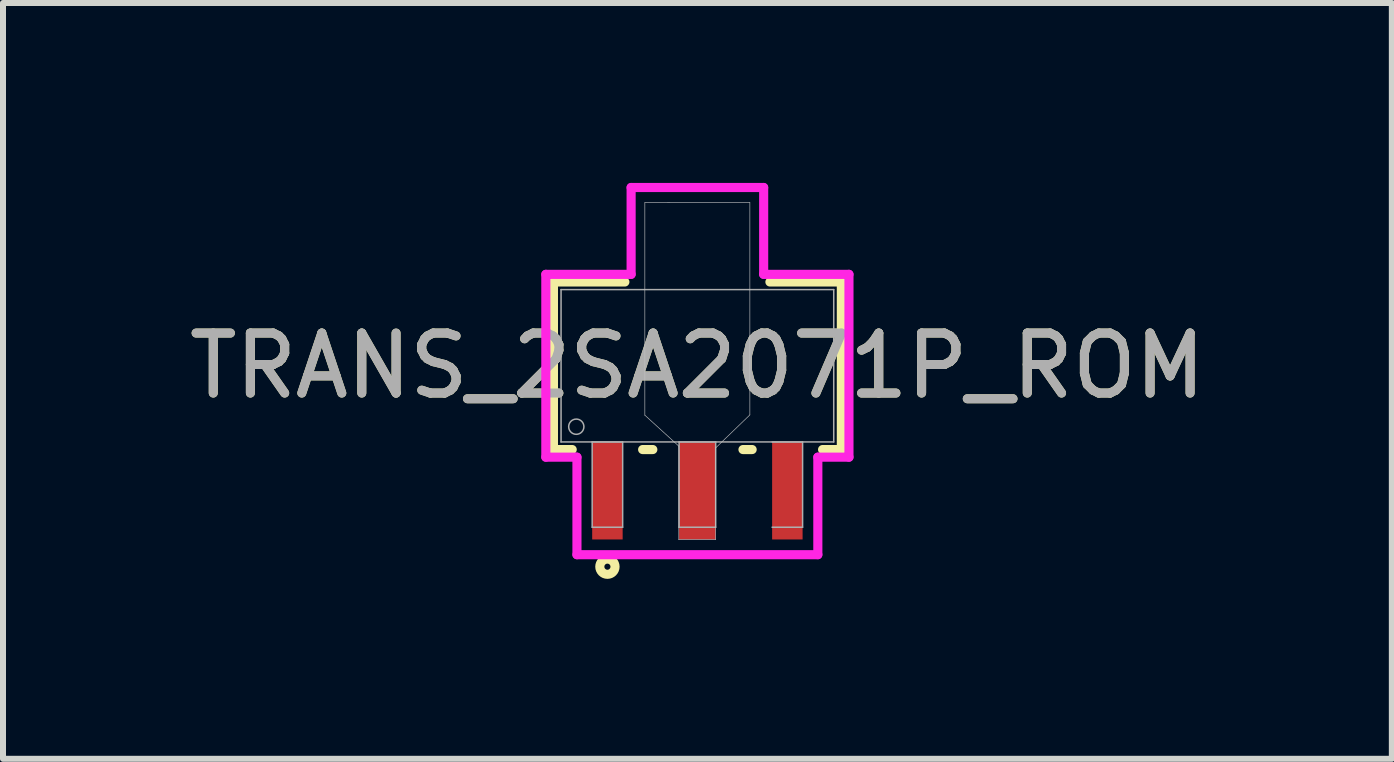
<source format=kicad_pcb>
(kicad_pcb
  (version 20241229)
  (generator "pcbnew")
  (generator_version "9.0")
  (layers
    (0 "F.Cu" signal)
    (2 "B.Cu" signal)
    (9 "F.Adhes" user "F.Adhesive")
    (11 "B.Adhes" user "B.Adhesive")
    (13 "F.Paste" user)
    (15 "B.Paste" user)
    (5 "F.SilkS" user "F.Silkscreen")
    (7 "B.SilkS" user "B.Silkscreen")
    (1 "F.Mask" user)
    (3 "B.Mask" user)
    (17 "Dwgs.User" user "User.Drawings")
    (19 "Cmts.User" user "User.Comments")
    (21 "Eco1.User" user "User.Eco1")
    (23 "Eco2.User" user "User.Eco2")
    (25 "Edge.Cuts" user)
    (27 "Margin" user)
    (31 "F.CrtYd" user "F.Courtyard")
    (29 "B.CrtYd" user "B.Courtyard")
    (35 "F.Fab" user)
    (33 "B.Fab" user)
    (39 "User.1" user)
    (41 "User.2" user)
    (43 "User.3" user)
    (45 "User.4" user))
  (footprint "TRANS_2SA2071P_ROM"
    (layer "F.Cu")
    (at 8.577 3.048)
    (property "Reference" "TRANS_2SA2071P_ROM" (at 0 0 0) (unlocked yes) (layer "F.SilkS") (effects (font (size 1 1) (thickness 0.15))))
    (attr smd)
    (fp_poly (pts (xy -0.305 1.27) (xy -0.305 1.346) (xy -0.851 0.8) (xy -0.851 -2.565) (xy 0.851 -2.565) (xy 0.851 0.8) (xy 0.305 1.346) (xy 0.305 1.27)) (stroke (width 0) (type solid)) (fill yes) (layer "F.Mask"))
    (fp_line (start -2.4 -1.397) (end -2.4 1.397) (stroke (width 0.152) (type solid)) (layer "F.SilkS"))
    (fp_line (start -2.4 1.397) (end -2.087 1.397) (stroke (width 0.152) (type solid)) (layer "F.SilkS"))
    (fp_line (start -1.209 -1.397) (end -2.4 -1.397) (stroke (width 0.152) (type solid)) (layer "F.SilkS"))
    (fp_line (start -0.913 1.397) (end -0.743 1.397) (stroke (width 0.152) (type solid)) (layer "F.SilkS"))
    (fp_line (start 0.76 1.397) (end 0.913 1.397) (stroke (width 0.152) (type solid)) (layer "F.SilkS"))
    (fp_line (start 2.087 1.397) (end 2.4 1.397) (stroke (width 0.152) (type solid)) (layer "F.SilkS"))
    (fp_line (start 2.4 -1.397) (end 1.209 -1.397) (stroke (width 0.152) (type solid)) (layer "F.SilkS"))
    (fp_line (start 2.4 1.397) (end 2.4 -1.397) (stroke (width 0.152) (type solid)) (layer "F.SilkS"))
    (fp_circle (center -1.5 3.35) (end -1.373 3.35) (stroke (width 0.152) (type solid)) (fill no) (layer "F.SilkS"))
    (fp_poly (pts (xy -0.305 1.27) (xy -0.305 1.346) (xy -0.851 0.8) (xy -0.851 -2.565) (xy 0.851 -2.565) (xy 0.851 0.8) (xy 0.305 1.346) (xy 0.305 1.27)) (stroke (width 0) (type solid)) (fill yes) (layer "F.Paste"))
    (fp_line (start -0.876 0.824) (end -0.876 -2.72) (stroke (width 0.01) (type solid)) (layer "Dwgs.User"))
    (fp_line (start -0.31 1.34) (end -0.876 0.824) (stroke (width 0.01) (type solid)) (layer "Dwgs.User"))
    (fp_line (start -0.31 2.9) (end -0.31 1.34) (stroke (width 0.01) (type solid)) (layer "Dwgs.User"))
    (fp_line (start 0.305 1.369) (end 0.305 2.9) (stroke (width 0.01) (type solid)) (layer "Dwgs.User"))
    (fp_line (start 0.305 1.369) (end 0.875 0.819) (stroke (width 0.01) (type solid)) (layer "Dwgs.User"))
    (fp_line (start 0.305 2.9) (end -0.31 2.9) (stroke (width 0.01) (type solid)) (layer "Dwgs.User"))
    (fp_line (start 0.875 -2.721) (end -0.876 -2.72) (stroke (width 0.01) (type solid)) (layer "Dwgs.User"))
    (fp_line (start 0.875 0.819) (end 0.875 -2.721) (stroke (width 0.01) (type solid)) (layer "Dwgs.User"))
    (fp_line (start -2.527 -1.524) (end -1.105 -1.524) (stroke (width 0.152) (type solid)) (layer "F.CrtYd"))
    (fp_line (start -2.527 1.524) (end -2.527 -1.524) (stroke (width 0.152) (type solid)) (layer "F.CrtYd"))
    (fp_line (start -2.008 1.524) (end -2.527 1.524) (stroke (width 0.152) (type solid)) (layer "F.CrtYd"))
    (fp_line (start -2.008 3.15) (end -2.008 1.524) (stroke (width 0.152) (type solid)) (layer "F.CrtYd"))
    (fp_line (start -1.105 -2.972) (end 1.105 -2.972) (stroke (width 0.152) (type solid)) (layer "F.CrtYd"))
    (fp_line (start -1.105 -1.524) (end -1.105 -2.972) (stroke (width 0.152) (type solid)) (layer "F.CrtYd"))
    (fp_line (start 1.105 -2.972) (end 1.105 -1.524) (stroke (width 0.152) (type solid)) (layer "F.CrtYd"))
    (fp_line (start 1.105 -1.524) (end 2.527 -1.524) (stroke (width 0.152) (type solid)) (layer "F.CrtYd"))
    (fp_line (start 2.008 1.524) (end 2.008 3.15) (stroke (width 0.152) (type solid)) (layer "F.CrtYd"))
    (fp_line (start 2.008 3.15) (end -2.008 3.15) (stroke (width 0.152) (type solid)) (layer "F.CrtYd"))
    (fp_line (start 2.527 -1.524) (end 2.527 1.524) (stroke (width 0.152) (type solid)) (layer "F.CrtYd"))
    (fp_line (start 2.527 1.524) (end 2.008 1.524) (stroke (width 0.152) (type solid)) (layer "F.CrtYd"))
    (fp_line (start -2.273 -1.27) (end -2.273 1.27) (stroke (width 0.025) (type solid)) (layer "F.Fab"))
    (fp_line (start -2.273 1.27) (end 2.273 1.27) (stroke (width 0.025) (type solid)) (layer "F.Fab"))
    (fp_line (start -1.754 1.27) (end -1.754 2.692) (stroke (width 0.025) (type solid)) (layer "F.Fab"))
    (fp_line (start -1.754 2.692) (end -1.246 2.692) (stroke (width 0.025) (type solid)) (layer "F.Fab"))
    (fp_line (start -1.246 1.27) (end -1.754 1.27) (stroke (width 0.025) (type solid)) (layer "F.Fab"))
    (fp_line (start -1.246 2.692) (end -1.246 1.27) (stroke (width 0.025) (type solid)) (layer "F.Fab"))
    (fp_line (start -0.305 1.27) (end -0.305 2.692) (stroke (width 0.025) (type solid)) (layer "F.Fab"))
    (fp_line (start -0.305 2.692) (end 0.305 2.692) (stroke (width 0.025) (type solid)) (layer "F.Fab"))
    (fp_line (start 0.305 1.27) (end -0.305 1.27) (stroke (width 0.025) (type solid)) (layer "F.Fab"))
    (fp_line (start 0.305 2.692) (end 0.305 1.27) (stroke (width 0.025) (type solid)) (layer "F.Fab"))
    (fp_line (start 1.246 2.692) (end 1.754 2.692) (stroke (width 0.025) (type solid)) (layer "F.Fab"))
    (fp_line (start 1.754 1.27) (end 1.246 1.27) (stroke (width 0.025) (type solid)) (layer "F.Fab"))
    (fp_line (start 1.754 2.692) (end 1.754 1.27) (stroke (width 0.025) (type solid)) (layer "F.Fab"))
    (fp_line (start 2.273 -1.27) (end -2.273 -1.27) (stroke (width 0.025) (type solid)) (layer "F.Fab"))
    (fp_line (start 2.273 1.27) (end 2.273 -1.27) (stroke (width 0.025) (type solid)) (layer "F.Fab"))
    (fp_circle (center -2.019 1.016) (end -1.892 1.016) (stroke (width 0.025) (type solid)) (fill no) (layer "F.Fab"))
    (fp_text user "${REFERENCE}" (at 0 0 0) (unlocked yes) (layer "F.Fab") (effects (font (size 1 1) (thickness 0.15))))
    (pad "1" smd rect (at -1.5 2.083) (size 0.508 1.626) (layers "F.Cu" "F.Mask" "F.Paste"))
    (pad "2" smd rect (at 0 2.083) (size 0.61 1.626) (layers "F.Cu" "F.Mask" "F.Paste"))
    (pad "3" smd rect (at 1.5 2.083) (size 0.508 1.626) (layers "F.Cu" "F.Mask" "F.Paste")))
  (gr_rect
    (start -3 -3)
    (end 20.155 9.601)
    (stroke (width 0.1) (type default))
    (fill no)
    (layer "Edge.Cuts")))
</source>
